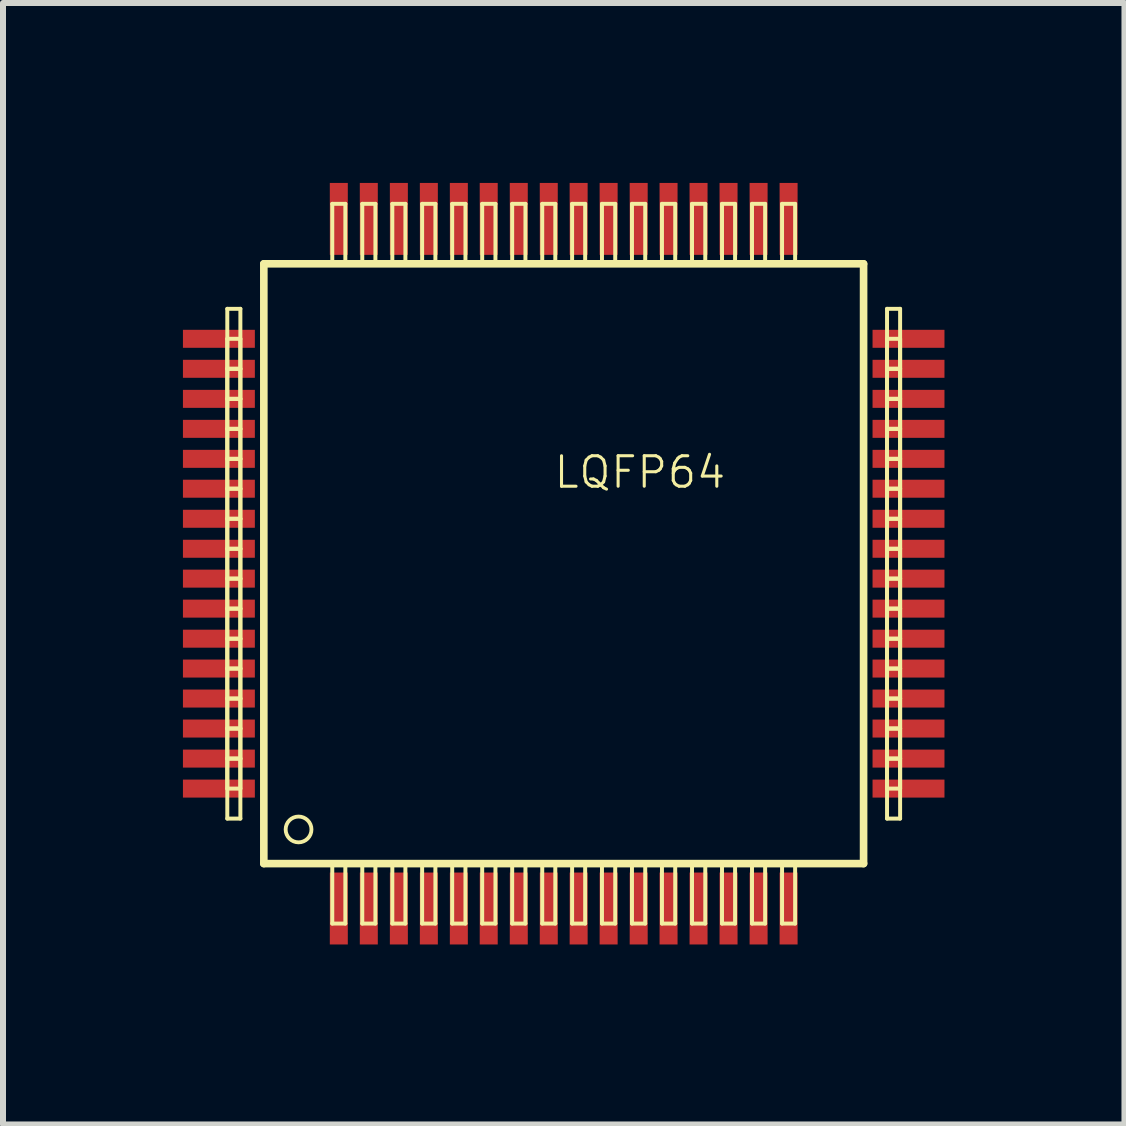
<source format=kicad_pcb>
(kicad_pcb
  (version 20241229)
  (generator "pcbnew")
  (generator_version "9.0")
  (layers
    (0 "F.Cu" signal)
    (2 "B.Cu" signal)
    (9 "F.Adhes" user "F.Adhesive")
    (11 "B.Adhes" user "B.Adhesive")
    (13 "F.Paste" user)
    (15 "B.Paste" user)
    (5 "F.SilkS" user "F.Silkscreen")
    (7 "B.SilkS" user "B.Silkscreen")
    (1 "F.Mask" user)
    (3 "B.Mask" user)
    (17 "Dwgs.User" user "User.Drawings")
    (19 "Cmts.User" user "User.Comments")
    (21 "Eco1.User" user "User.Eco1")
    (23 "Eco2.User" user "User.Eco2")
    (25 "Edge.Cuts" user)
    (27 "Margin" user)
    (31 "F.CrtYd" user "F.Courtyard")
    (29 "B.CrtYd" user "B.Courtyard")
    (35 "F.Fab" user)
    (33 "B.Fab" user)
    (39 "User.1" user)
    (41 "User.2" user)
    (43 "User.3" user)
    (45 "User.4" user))
  (footprint "LQFP64"
    (layer "F.Cu")
    (at 6.347 6.347)
    (property "Reference" "LQFP64" (at 1.27 -1.524 0) (layer "F.SilkS") (effects (font (size 0.508 0.508) (thickness 0.051))))
    (attr smd)
    (fp_line (start -5.608 -4.249) (end -5.39 -4.249) (stroke (width 0.066) (type solid)) (layer "F.SilkS"))
    (fp_line (start -5.608 -3.749) (end -5.39 -3.749) (stroke (width 0.066) (type solid)) (layer "F.SilkS"))
    (fp_line (start -5.608 -3.249) (end -5.608 -4.249) (stroke (width 0.066) (type solid)) (layer "F.SilkS"))
    (fp_line (start -5.608 -3.249) (end -5.39 -3.249) (stroke (width 0.066) (type solid)) (layer "F.SilkS"))
    (fp_line (start -5.608 -3.249) (end -5.39 -3.249) (stroke (width 0.066) (type solid)) (layer "F.SilkS"))
    (fp_line (start -5.608 -2.748) (end -5.608 -3.749) (stroke (width 0.066) (type solid)) (layer "F.SilkS"))
    (fp_line (start -5.608 -2.748) (end -5.39 -2.748) (stroke (width 0.066) (type solid)) (layer "F.SilkS"))
    (fp_line (start -5.608 -2.748) (end -5.39 -2.748) (stroke (width 0.066) (type solid)) (layer "F.SilkS"))
    (fp_line (start -5.608 -2.248) (end -5.608 -3.249) (stroke (width 0.066) (type solid)) (layer "F.SilkS"))
    (fp_line (start -5.608 -2.248) (end -5.39 -2.248) (stroke (width 0.066) (type solid)) (layer "F.SilkS"))
    (fp_line (start -5.608 -2.248) (end -5.39 -2.248) (stroke (width 0.066) (type solid)) (layer "F.SilkS"))
    (fp_line (start -5.608 -1.748) (end -5.608 -2.748) (stroke (width 0.066) (type solid)) (layer "F.SilkS"))
    (fp_line (start -5.608 -1.748) (end -5.39 -1.748) (stroke (width 0.066) (type solid)) (layer "F.SilkS"))
    (fp_line (start -5.608 -1.748) (end -5.39 -1.748) (stroke (width 0.066) (type solid)) (layer "F.SilkS"))
    (fp_line (start -5.608 -1.25) (end -5.608 -2.248) (stroke (width 0.066) (type solid)) (layer "F.SilkS"))
    (fp_line (start -5.608 -1.25) (end -5.39 -1.25) (stroke (width 0.066) (type solid)) (layer "F.SilkS"))
    (fp_line (start -5.608 -1.25) (end -5.39 -1.25) (stroke (width 0.066) (type solid)) (layer "F.SilkS"))
    (fp_line (start -5.608 -0.749) (end -5.608 -1.748) (stroke (width 0.066) (type solid)) (layer "F.SilkS"))
    (fp_line (start -5.608 -0.749) (end -5.39 -0.749) (stroke (width 0.066) (type solid)) (layer "F.SilkS"))
    (fp_line (start -5.608 -0.749) (end -5.39 -0.749) (stroke (width 0.066) (type solid)) (layer "F.SilkS"))
    (fp_line (start -5.608 -0.249) (end -5.608 -1.25) (stroke (width 0.066) (type solid)) (layer "F.SilkS"))
    (fp_line (start -5.608 -0.249) (end -5.39 -0.249) (stroke (width 0.066) (type solid)) (layer "F.SilkS"))
    (fp_line (start -5.608 -0.249) (end -5.39 -0.249) (stroke (width 0.066) (type solid)) (layer "F.SilkS"))
    (fp_line (start -5.608 0.249) (end -5.608 -0.749) (stroke (width 0.066) (type solid)) (layer "F.SilkS"))
    (fp_line (start -5.608 0.249) (end -5.39 0.249) (stroke (width 0.066) (type solid)) (layer "F.SilkS"))
    (fp_line (start -5.608 0.249) (end -5.39 0.249) (stroke (width 0.066) (type solid)) (layer "F.SilkS"))
    (fp_line (start -5.608 0.749) (end -5.608 -0.249) (stroke (width 0.066) (type solid)) (layer "F.SilkS"))
    (fp_line (start -5.608 0.749) (end -5.39 0.749) (stroke (width 0.066) (type solid)) (layer "F.SilkS"))
    (fp_line (start -5.608 0.749) (end -5.39 0.749) (stroke (width 0.066) (type solid)) (layer "F.SilkS"))
    (fp_line (start -5.608 1.25) (end -5.608 0.249) (stroke (width 0.066) (type solid)) (layer "F.SilkS"))
    (fp_line (start -5.608 1.25) (end -5.39 1.25) (stroke (width 0.066) (type solid)) (layer "F.SilkS"))
    (fp_line (start -5.608 1.25) (end -5.39 1.25) (stroke (width 0.066) (type solid)) (layer "F.SilkS"))
    (fp_line (start -5.608 1.748) (end -5.608 0.749) (stroke (width 0.066) (type solid)) (layer "F.SilkS"))
    (fp_line (start -5.608 1.748) (end -5.39 1.748) (stroke (width 0.066) (type solid)) (layer "F.SilkS"))
    (fp_line (start -5.608 1.748) (end -5.39 1.748) (stroke (width 0.066) (type solid)) (layer "F.SilkS"))
    (fp_line (start -5.608 2.248) (end -5.608 1.25) (stroke (width 0.066) (type solid)) (layer "F.SilkS"))
    (fp_line (start -5.608 2.248) (end -5.39 2.248) (stroke (width 0.066) (type solid)) (layer "F.SilkS"))
    (fp_line (start -5.608 2.248) (end -5.39 2.248) (stroke (width 0.066) (type solid)) (layer "F.SilkS"))
    (fp_line (start -5.608 2.748) (end -5.608 1.748) (stroke (width 0.066) (type solid)) (layer "F.SilkS"))
    (fp_line (start -5.608 2.748) (end -5.39 2.748) (stroke (width 0.066) (type solid)) (layer "F.SilkS"))
    (fp_line (start -5.608 2.748) (end -5.39 2.748) (stroke (width 0.066) (type solid)) (layer "F.SilkS"))
    (fp_line (start -5.608 3.249) (end -5.608 2.248) (stroke (width 0.066) (type solid)) (layer "F.SilkS"))
    (fp_line (start -5.608 3.249) (end -5.39 3.249) (stroke (width 0.066) (type solid)) (layer "F.SilkS"))
    (fp_line (start -5.608 3.249) (end -5.39 3.249) (stroke (width 0.066) (type solid)) (layer "F.SilkS"))
    (fp_line (start -5.608 3.749) (end -5.608 2.748) (stroke (width 0.066) (type solid)) (layer "F.SilkS"))
    (fp_line (start -5.608 3.749) (end -5.39 3.749) (stroke (width 0.066) (type solid)) (layer "F.SilkS"))
    (fp_line (start -5.608 4.249) (end -5.608 3.249) (stroke (width 0.066) (type solid)) (layer "F.SilkS"))
    (fp_line (start -5.608 4.249) (end -5.39 4.249) (stroke (width 0.066) (type solid)) (layer "F.SilkS"))
    (fp_line (start -5.39 -3.249) (end -5.39 -4.249) (stroke (width 0.066) (type solid)) (layer "F.SilkS"))
    (fp_line (start -5.39 -2.748) (end -5.39 -3.749) (stroke (width 0.066) (type solid)) (layer "F.SilkS"))
    (fp_line (start -5.39 -2.248) (end -5.39 -3.249) (stroke (width 0.066) (type solid)) (layer "F.SilkS"))
    (fp_line (start -5.39 -1.748) (end -5.39 -2.748) (stroke (width 0.066) (type solid)) (layer "F.SilkS"))
    (fp_line (start -5.39 -1.25) (end -5.39 -2.248) (stroke (width 0.066) (type solid)) (layer "F.SilkS"))
    (fp_line (start -5.39 -0.749) (end -5.39 -1.748) (stroke (width 0.066) (type solid)) (layer "F.SilkS"))
    (fp_line (start -5.39 -0.249) (end -5.39 -1.25) (stroke (width 0.066) (type solid)) (layer "F.SilkS"))
    (fp_line (start -5.39 0.249) (end -5.39 -0.749) (stroke (width 0.066) (type solid)) (layer "F.SilkS"))
    (fp_line (start -5.39 0.749) (end -5.39 -0.249) (stroke (width 0.066) (type solid)) (layer "F.SilkS"))
    (fp_line (start -5.39 1.25) (end -5.39 0.249) (stroke (width 0.066) (type solid)) (layer "F.SilkS"))
    (fp_line (start -5.39 1.748) (end -5.39 0.749) (stroke (width 0.066) (type solid)) (layer "F.SilkS"))
    (fp_line (start -5.39 2.248) (end -5.39 1.25) (stroke (width 0.066) (type solid)) (layer "F.SilkS"))
    (fp_line (start -5.39 2.748) (end -5.39 1.748) (stroke (width 0.066) (type solid)) (layer "F.SilkS"))
    (fp_line (start -5.39 3.249) (end -5.39 2.248) (stroke (width 0.066) (type solid)) (layer "F.SilkS"))
    (fp_line (start -5.39 3.749) (end -5.39 2.748) (stroke (width 0.066) (type solid)) (layer "F.SilkS"))
    (fp_line (start -5.39 4.249) (end -5.39 3.249) (stroke (width 0.066) (type solid)) (layer "F.SilkS"))
    (fp_line (start -4.999 -4.999) (end 4.999 -4.999) (stroke (width 0.127) (type solid)) (layer "F.SilkS"))
    (fp_line (start -4.999 4.999) (end -4.999 -4.999) (stroke (width 0.127) (type solid)) (layer "F.SilkS"))
    (fp_line (start -3.858 -5.999) (end -3.64 -5.999) (stroke (width 0.066) (type solid)) (layer "F.SilkS"))
    (fp_line (start -3.858 -4.999) (end -3.858 -5.999) (stroke (width 0.066) (type solid)) (layer "F.SilkS"))
    (fp_line (start -3.858 -4.999) (end -3.64 -4.999) (stroke (width 0.066) (type solid)) (layer "F.SilkS"))
    (fp_line (start -3.858 4.999) (end -3.64 4.999) (stroke (width 0.066) (type solid)) (layer "F.SilkS"))
    (fp_line (start -3.858 5.999) (end -3.858 4.999) (stroke (width 0.066) (type solid)) (layer "F.SilkS"))
    (fp_line (start -3.858 5.999) (end -3.64 5.999) (stroke (width 0.066) (type solid)) (layer "F.SilkS"))
    (fp_line (start -3.64 -4.999) (end -3.64 -5.999) (stroke (width 0.066) (type solid)) (layer "F.SilkS"))
    (fp_line (start -3.64 5.999) (end -3.64 4.999) (stroke (width 0.066) (type solid)) (layer "F.SilkS"))
    (fp_line (start -3.358 -5.999) (end -3.139 -5.999) (stroke (width 0.066) (type solid)) (layer "F.SilkS"))
    (fp_line (start -3.358 -4.999) (end -3.358 -5.999) (stroke (width 0.066) (type solid)) (layer "F.SilkS"))
    (fp_line (start -3.358 -4.999) (end -3.139 -4.999) (stroke (width 0.066) (type solid)) (layer "F.SilkS"))
    (fp_line (start -3.358 4.999) (end -3.139 4.999) (stroke (width 0.066) (type solid)) (layer "F.SilkS"))
    (fp_line (start -3.358 5.999) (end -3.358 4.999) (stroke (width 0.066) (type solid)) (layer "F.SilkS"))
    (fp_line (start -3.358 5.999) (end -3.139 5.999) (stroke (width 0.066) (type solid)) (layer "F.SilkS"))
    (fp_line (start -3.139 -4.999) (end -3.139 -5.999) (stroke (width 0.066) (type solid)) (layer "F.SilkS"))
    (fp_line (start -3.139 5.999) (end -3.139 4.999) (stroke (width 0.066) (type solid)) (layer "F.SilkS"))
    (fp_line (start -2.857 -5.999) (end -2.639 -5.999) (stroke (width 0.066) (type solid)) (layer "F.SilkS"))
    (fp_line (start -2.857 -4.999) (end -2.857 -5.999) (stroke (width 0.066) (type solid)) (layer "F.SilkS"))
    (fp_line (start -2.857 -4.999) (end -2.639 -4.999) (stroke (width 0.066) (type solid)) (layer "F.SilkS"))
    (fp_line (start -2.857 4.999) (end -2.639 4.999) (stroke (width 0.066) (type solid)) (layer "F.SilkS"))
    (fp_line (start -2.857 5.999) (end -2.857 4.999) (stroke (width 0.066) (type solid)) (layer "F.SilkS"))
    (fp_line (start -2.857 5.999) (end -2.639 5.999) (stroke (width 0.066) (type solid)) (layer "F.SilkS"))
    (fp_line (start -2.639 -4.999) (end -2.639 -5.999) (stroke (width 0.066) (type solid)) (layer "F.SilkS"))
    (fp_line (start -2.639 5.999) (end -2.639 4.999) (stroke (width 0.066) (type solid)) (layer "F.SilkS"))
    (fp_line (start -2.36 -5.999) (end -2.139 -5.999) (stroke (width 0.066) (type solid)) (layer "F.SilkS"))
    (fp_line (start -2.36 -4.999) (end -2.36 -5.999) (stroke (width 0.066) (type solid)) (layer "F.SilkS"))
    (fp_line (start -2.36 -4.999) (end -2.139 -4.999) (stroke (width 0.066) (type solid)) (layer "F.SilkS"))
    (fp_line (start -2.36 4.999) (end -2.139 4.999) (stroke (width 0.066) (type solid)) (layer "F.SilkS"))
    (fp_line (start -2.36 5.999) (end -2.36 4.999) (stroke (width 0.066) (type solid)) (layer "F.SilkS"))
    (fp_line (start -2.36 5.999) (end -2.139 5.999) (stroke (width 0.066) (type solid)) (layer "F.SilkS"))
    (fp_line (start -2.139 -4.999) (end -2.139 -5.999) (stroke (width 0.066) (type solid)) (layer "F.SilkS"))
    (fp_line (start -2.139 5.999) (end -2.139 4.999) (stroke (width 0.066) (type solid)) (layer "F.SilkS"))
    (fp_line (start -1.859 -5.999) (end -1.638 -5.999) (stroke (width 0.066) (type solid)) (layer "F.SilkS"))
    (fp_line (start -1.859 -4.999) (end -1.859 -5.999) (stroke (width 0.066) (type solid)) (layer "F.SilkS"))
    (fp_line (start -1.859 -4.999) (end -1.638 -4.999) (stroke (width 0.066) (type solid)) (layer "F.SilkS"))
    (fp_line (start -1.859 4.999) (end -1.638 4.999) (stroke (width 0.066) (type solid)) (layer "F.SilkS"))
    (fp_line (start -1.859 5.999) (end -1.859 4.999) (stroke (width 0.066) (type solid)) (layer "F.SilkS"))
    (fp_line (start -1.859 5.999) (end -1.638 5.999) (stroke (width 0.066) (type solid)) (layer "F.SilkS"))
    (fp_line (start -1.638 -4.999) (end -1.638 -5.999) (stroke (width 0.066) (type solid)) (layer "F.SilkS"))
    (fp_line (start -1.638 5.999) (end -1.638 4.999) (stroke (width 0.066) (type solid)) (layer "F.SilkS"))
    (fp_line (start -1.359 -5.999) (end -1.138 -5.999) (stroke (width 0.066) (type solid)) (layer "F.SilkS"))
    (fp_line (start -1.359 -4.999) (end -1.359 -5.999) (stroke (width 0.066) (type solid)) (layer "F.SilkS"))
    (fp_line (start -1.359 -4.999) (end -1.138 -4.999) (stroke (width 0.066) (type solid)) (layer "F.SilkS"))
    (fp_line (start -1.359 4.999) (end -1.138 4.999) (stroke (width 0.066) (type solid)) (layer "F.SilkS"))
    (fp_line (start -1.359 5.999) (end -1.359 4.999) (stroke (width 0.066) (type solid)) (layer "F.SilkS"))
    (fp_line (start -1.359 5.999) (end -1.138 5.999) (stroke (width 0.066) (type solid)) (layer "F.SilkS"))
    (fp_line (start -1.138 -4.999) (end -1.138 -5.999) (stroke (width 0.066) (type solid)) (layer "F.SilkS"))
    (fp_line (start -1.138 5.999) (end -1.138 4.999) (stroke (width 0.066) (type solid)) (layer "F.SilkS"))
    (fp_line (start -0.859 -5.999) (end -0.638 -5.999) (stroke (width 0.066) (type solid)) (layer "F.SilkS"))
    (fp_line (start -0.859 -4.999) (end -0.859 -5.999) (stroke (width 0.066) (type solid)) (layer "F.SilkS"))
    (fp_line (start -0.859 -4.999) (end -0.638 -4.999) (stroke (width 0.066) (type solid)) (layer "F.SilkS"))
    (fp_line (start -0.859 4.999) (end -0.638 4.999) (stroke (width 0.066) (type solid)) (layer "F.SilkS"))
    (fp_line (start -0.859 5.999) (end -0.859 4.999) (stroke (width 0.066) (type solid)) (layer "F.SilkS"))
    (fp_line (start -0.859 5.999) (end -0.638 5.999) (stroke (width 0.066) (type solid)) (layer "F.SilkS"))
    (fp_line (start -0.638 -4.999) (end -0.638 -5.999) (stroke (width 0.066) (type solid)) (layer "F.SilkS"))
    (fp_line (start -0.638 5.999) (end -0.638 4.999) (stroke (width 0.066) (type solid)) (layer "F.SilkS"))
    (fp_line (start -0.358 -5.999) (end -0.14 -5.999) (stroke (width 0.066) (type solid)) (layer "F.SilkS"))
    (fp_line (start -0.358 -4.999) (end -0.358 -5.999) (stroke (width 0.066) (type solid)) (layer "F.SilkS"))
    (fp_line (start -0.358 -4.999) (end -0.14 -4.999) (stroke (width 0.066) (type solid)) (layer "F.SilkS"))
    (fp_line (start -0.358 4.999) (end -0.14 4.999) (stroke (width 0.066) (type solid)) (layer "F.SilkS"))
    (fp_line (start -0.358 5.999) (end -0.358 4.999) (stroke (width 0.066) (type solid)) (layer "F.SilkS"))
    (fp_line (start -0.358 5.999) (end -0.14 5.999) (stroke (width 0.066) (type solid)) (layer "F.SilkS"))
    (fp_line (start -0.14 -4.999) (end -0.14 -5.999) (stroke (width 0.066) (type solid)) (layer "F.SilkS"))
    (fp_line (start -0.14 5.999) (end -0.14 4.999) (stroke (width 0.066) (type solid)) (layer "F.SilkS"))
    (fp_line (start 0.14 -5.999) (end 0.358 -5.999) (stroke (width 0.066) (type solid)) (layer "F.SilkS"))
    (fp_line (start 0.14 -4.999) (end 0.14 -5.999) (stroke (width 0.066) (type solid)) (layer "F.SilkS"))
    (fp_line (start 0.14 -4.999) (end 0.358 -4.999) (stroke (width 0.066) (type solid)) (layer "F.SilkS"))
    (fp_line (start 0.14 4.999) (end 0.358 4.999) (stroke (width 0.066) (type solid)) (layer "F.SilkS"))
    (fp_line (start 0.14 5.999) (end 0.14 4.999) (stroke (width 0.066) (type solid)) (layer "F.SilkS"))
    (fp_line (start 0.14 5.999) (end 0.358 5.999) (stroke (width 0.066) (type solid)) (layer "F.SilkS"))
    (fp_line (start 0.358 -4.999) (end 0.358 -5.999) (stroke (width 0.066) (type solid)) (layer "F.SilkS"))
    (fp_line (start 0.358 5.999) (end 0.358 4.999) (stroke (width 0.066) (type solid)) (layer "F.SilkS"))
    (fp_line (start 0.638 -5.999) (end 0.859 -5.999) (stroke (width 0.066) (type solid)) (layer "F.SilkS"))
    (fp_line (start 0.638 -4.999) (end 0.638 -5.999) (stroke (width 0.066) (type solid)) (layer "F.SilkS"))
    (fp_line (start 0.638 -4.999) (end 0.859 -4.999) (stroke (width 0.066) (type solid)) (layer "F.SilkS"))
    (fp_line (start 0.638 4.999) (end 0.859 4.999) (stroke (width 0.066) (type solid)) (layer "F.SilkS"))
    (fp_line (start 0.638 5.999) (end 0.638 4.999) (stroke (width 0.066) (type solid)) (layer "F.SilkS"))
    (fp_line (start 0.638 5.999) (end 0.859 5.999) (stroke (width 0.066) (type solid)) (layer "F.SilkS"))
    (fp_line (start 0.859 -4.999) (end 0.859 -5.999) (stroke (width 0.066) (type solid)) (layer "F.SilkS"))
    (fp_line (start 0.859 5.999) (end 0.859 4.999) (stroke (width 0.066) (type solid)) (layer "F.SilkS"))
    (fp_line (start 1.138 -5.999) (end 1.359 -5.999) (stroke (width 0.066) (type solid)) (layer "F.SilkS"))
    (fp_line (start 1.138 -4.999) (end 1.138 -5.999) (stroke (width 0.066) (type solid)) (layer "F.SilkS"))
    (fp_line (start 1.138 -4.999) (end 1.359 -4.999) (stroke (width 0.066) (type solid)) (layer "F.SilkS"))
    (fp_line (start 1.138 4.999) (end 1.359 4.999) (stroke (width 0.066) (type solid)) (layer "F.SilkS"))
    (fp_line (start 1.138 5.999) (end 1.138 4.999) (stroke (width 0.066) (type solid)) (layer "F.SilkS"))
    (fp_line (start 1.138 5.999) (end 1.359 5.999) (stroke (width 0.066) (type solid)) (layer "F.SilkS"))
    (fp_line (start 1.359 -4.999) (end 1.359 -5.999) (stroke (width 0.066) (type solid)) (layer "F.SilkS"))
    (fp_line (start 1.359 5.999) (end 1.359 4.999) (stroke (width 0.066) (type solid)) (layer "F.SilkS"))
    (fp_line (start 1.638 -5.999) (end 1.859 -5.999) (stroke (width 0.066) (type solid)) (layer "F.SilkS"))
    (fp_line (start 1.638 -4.999) (end 1.638 -5.999) (stroke (width 0.066) (type solid)) (layer "F.SilkS"))
    (fp_line (start 1.638 -4.999) (end 1.859 -4.999) (stroke (width 0.066) (type solid)) (layer "F.SilkS"))
    (fp_line (start 1.638 4.999) (end 1.859 4.999) (stroke (width 0.066) (type solid)) (layer "F.SilkS"))
    (fp_line (start 1.638 5.999) (end 1.638 4.999) (stroke (width 0.066) (type solid)) (layer "F.SilkS"))
    (fp_line (start 1.638 5.999) (end 1.859 5.999) (stroke (width 0.066) (type solid)) (layer "F.SilkS"))
    (fp_line (start 1.859 -4.999) (end 1.859 -5.999) (stroke (width 0.066) (type solid)) (layer "F.SilkS"))
    (fp_line (start 1.859 5.999) (end 1.859 4.999) (stroke (width 0.066) (type solid)) (layer "F.SilkS"))
    (fp_line (start 2.139 -5.999) (end 2.36 -5.999) (stroke (width 0.066) (type solid)) (layer "F.SilkS"))
    (fp_line (start 2.139 -4.999) (end 2.139 -5.999) (stroke (width 0.066) (type solid)) (layer "F.SilkS"))
    (fp_line (start 2.139 -4.999) (end 2.36 -4.999) (stroke (width 0.066) (type solid)) (layer "F.SilkS"))
    (fp_line (start 2.139 4.999) (end 2.36 4.999) (stroke (width 0.066) (type solid)) (layer "F.SilkS"))
    (fp_line (start 2.139 5.999) (end 2.139 4.999) (stroke (width 0.066) (type solid)) (layer "F.SilkS"))
    (fp_line (start 2.139 5.999) (end 2.36 5.999) (stroke (width 0.066) (type solid)) (layer "F.SilkS"))
    (fp_line (start 2.36 -4.999) (end 2.36 -5.999) (stroke (width 0.066) (type solid)) (layer "F.SilkS"))
    (fp_line (start 2.36 5.999) (end 2.36 4.999) (stroke (width 0.066) (type solid)) (layer "F.SilkS"))
    (fp_line (start 2.639 -5.999) (end 2.857 -5.999) (stroke (width 0.066) (type solid)) (layer "F.SilkS"))
    (fp_line (start 2.639 -4.999) (end 2.639 -5.999) (stroke (width 0.066) (type solid)) (layer "F.SilkS"))
    (fp_line (start 2.639 -4.999) (end 2.857 -4.999) (stroke (width 0.066) (type solid)) (layer "F.SilkS"))
    (fp_line (start 2.639 4.999) (end 2.857 4.999) (stroke (width 0.066) (type solid)) (layer "F.SilkS"))
    (fp_line (start 2.639 5.999) (end 2.639 4.999) (stroke (width 0.066) (type solid)) (layer "F.SilkS"))
    (fp_line (start 2.639 5.999) (end 2.857 5.999) (stroke (width 0.066) (type solid)) (layer "F.SilkS"))
    (fp_line (start 2.857 -4.999) (end 2.857 -5.999) (stroke (width 0.066) (type solid)) (layer "F.SilkS"))
    (fp_line (start 2.857 5.999) (end 2.857 4.999) (stroke (width 0.066) (type solid)) (layer "F.SilkS"))
    (fp_line (start 3.139 -5.999) (end 3.358 -5.999) (stroke (width 0.066) (type solid)) (layer "F.SilkS"))
    (fp_line (start 3.139 -4.999) (end 3.139 -5.999) (stroke (width 0.066) (type solid)) (layer "F.SilkS"))
    (fp_line (start 3.139 -4.999) (end 3.358 -4.999) (stroke (width 0.066) (type solid)) (layer "F.SilkS"))
    (fp_line (start 3.139 4.999) (end 3.358 4.999) (stroke (width 0.066) (type solid)) (layer "F.SilkS"))
    (fp_line (start 3.139 5.999) (end 3.139 4.999) (stroke (width 0.066) (type solid)) (layer "F.SilkS"))
    (fp_line (start 3.139 5.999) (end 3.358 5.999) (stroke (width 0.066) (type solid)) (layer "F.SilkS"))
    (fp_line (start 3.358 -4.999) (end 3.358 -5.999) (stroke (width 0.066) (type solid)) (layer "F.SilkS"))
    (fp_line (start 3.358 5.999) (end 3.358 4.999) (stroke (width 0.066) (type solid)) (layer "F.SilkS"))
    (fp_line (start 3.64 -5.999) (end 3.858 -5.999) (stroke (width 0.066) (type solid)) (layer "F.SilkS"))
    (fp_line (start 3.64 -4.999) (end 3.64 -5.999) (stroke (width 0.066) (type solid)) (layer "F.SilkS"))
    (fp_line (start 3.64 -4.999) (end 3.858 -4.999) (stroke (width 0.066) (type solid)) (layer "F.SilkS"))
    (fp_line (start 3.64 4.999) (end 3.858 4.999) (stroke (width 0.066) (type solid)) (layer "F.SilkS"))
    (fp_line (start 3.64 5.999) (end 3.64 4.999) (stroke (width 0.066) (type solid)) (layer "F.SilkS"))
    (fp_line (start 3.64 5.999) (end 3.858 5.999) (stroke (width 0.066) (type solid)) (layer "F.SilkS"))
    (fp_line (start 3.858 -4.999) (end 3.858 -5.999) (stroke (width 0.066) (type solid)) (layer "F.SilkS"))
    (fp_line (start 3.858 5.999) (end 3.858 4.999) (stroke (width 0.066) (type solid)) (layer "F.SilkS"))
    (fp_line (start 4.999 -4.999) (end 4.999 4.999) (stroke (width 0.127) (type solid)) (layer "F.SilkS"))
    (fp_line (start 4.999 4.999) (end -4.999 4.999) (stroke (width 0.127) (type solid)) (layer "F.SilkS"))
    (fp_line (start 5.39 -4.249) (end 5.608 -4.249) (stroke (width 0.066) (type solid)) (layer "F.SilkS"))
    (fp_line (start 5.39 -3.749) (end 5.608 -3.749) (stroke (width 0.066) (type solid)) (layer "F.SilkS"))
    (fp_line (start 5.39 -3.249) (end 5.39 -4.249) (stroke (width 0.066) (type solid)) (layer "F.SilkS"))
    (fp_line (start 5.39 -3.249) (end 5.608 -3.249) (stroke (width 0.066) (type solid)) (layer "F.SilkS"))
    (fp_line (start 5.39 -3.249) (end 5.608 -3.249) (stroke (width 0.066) (type solid)) (layer "F.SilkS"))
    (fp_line (start 5.39 -2.748) (end 5.39 -3.749) (stroke (width 0.066) (type solid)) (layer "F.SilkS"))
    (fp_line (start 5.39 -2.748) (end 5.608 -2.748) (stroke (width 0.066) (type solid)) (layer "F.SilkS"))
    (fp_line (start 5.39 -2.748) (end 5.608 -2.748) (stroke (width 0.066) (type solid)) (layer "F.SilkS"))
    (fp_line (start 5.39 -2.248) (end 5.39 -3.249) (stroke (width 0.066) (type solid)) (layer "F.SilkS"))
    (fp_line (start 5.39 -2.248) (end 5.608 -2.248) (stroke (width 0.066) (type solid)) (layer "F.SilkS"))
    (fp_line (start 5.39 -2.248) (end 5.608 -2.248) (stroke (width 0.066) (type solid)) (layer "F.SilkS"))
    (fp_line (start 5.39 -1.748) (end 5.39 -2.748) (stroke (width 0.066) (type solid)) (layer "F.SilkS"))
    (fp_line (start 5.39 -1.748) (end 5.608 -1.748) (stroke (width 0.066) (type solid)) (layer "F.SilkS"))
    (fp_line (start 5.39 -1.748) (end 5.608 -1.748) (stroke (width 0.066) (type solid)) (layer "F.SilkS"))
    (fp_line (start 5.39 -1.25) (end 5.39 -2.248) (stroke (width 0.066) (type solid)) (layer "F.SilkS"))
    (fp_line (start 5.39 -1.25) (end 5.608 -1.25) (stroke (width 0.066) (type solid)) (layer "F.SilkS"))
    (fp_line (start 5.39 -1.25) (end 5.608 -1.25) (stroke (width 0.066) (type solid)) (layer "F.SilkS"))
    (fp_line (start 5.39 -0.749) (end 5.39 -1.748) (stroke (width 0.066) (type solid)) (layer "F.SilkS"))
    (fp_line (start 5.39 -0.749) (end 5.608 -0.749) (stroke (width 0.066) (type solid)) (layer "F.SilkS"))
    (fp_line (start 5.39 -0.749) (end 5.608 -0.749) (stroke (width 0.066) (type solid)) (layer "F.SilkS"))
    (fp_line (start 5.39 -0.249) (end 5.39 -1.25) (stroke (width 0.066) (type solid)) (layer "F.SilkS"))
    (fp_line (start 5.39 -0.249) (end 5.608 -0.249) (stroke (width 0.066) (type solid)) (layer "F.SilkS"))
    (fp_line (start 5.39 -0.249) (end 5.608 -0.249) (stroke (width 0.066) (type solid)) (layer "F.SilkS"))
    (fp_line (start 5.39 0.249) (end 5.39 -0.749) (stroke (width 0.066) (type solid)) (layer "F.SilkS"))
    (fp_line (start 5.39 0.249) (end 5.608 0.249) (stroke (width 0.066) (type solid)) (layer "F.SilkS"))
    (fp_line (start 5.39 0.249) (end 5.608 0.249) (stroke (width 0.066) (type solid)) (layer "F.SilkS"))
    (fp_line (start 5.39 0.749) (end 5.39 -0.249) (stroke (width 0.066) (type solid)) (layer "F.SilkS"))
    (fp_line (start 5.39 0.749) (end 5.608 0.749) (stroke (width 0.066) (type solid)) (layer "F.SilkS"))
    (fp_line (start 5.39 0.749) (end 5.608 0.749) (stroke (width 0.066) (type solid)) (layer "F.SilkS"))
    (fp_line (start 5.39 1.25) (end 5.39 0.249) (stroke (width 0.066) (type solid)) (layer "F.SilkS"))
    (fp_line (start 5.39 1.25) (end 5.608 1.25) (stroke (width 0.066) (type solid)) (layer "F.SilkS"))
    (fp_line (start 5.39 1.25) (end 5.608 1.25) (stroke (width 0.066) (type solid)) (layer "F.SilkS"))
    (fp_line (start 5.39 1.748) (end 5.39 0.749) (stroke (width 0.066) (type solid)) (layer "F.SilkS"))
    (fp_line (start 5.39 1.748) (end 5.608 1.748) (stroke (width 0.066) (type solid)) (layer "F.SilkS"))
    (fp_line (start 5.39 1.748) (end 5.608 1.748) (stroke (width 0.066) (type solid)) (layer "F.SilkS"))
    (fp_line (start 5.39 2.248) (end 5.39 1.25) (stroke (width 0.066) (type solid)) (layer "F.SilkS"))
    (fp_line (start 5.39 2.248) (end 5.608 2.248) (stroke (width 0.066) (type solid)) (layer "F.SilkS"))
    (fp_line (start 5.39 2.248) (end 5.608 2.248) (stroke (width 0.066) (type solid)) (layer "F.SilkS"))
    (fp_line (start 5.39 2.748) (end 5.39 1.748) (stroke (width 0.066) (type solid)) (layer "F.SilkS"))
    (fp_line (start 5.39 2.748) (end 5.608 2.748) (stroke (width 0.066) (type solid)) (layer "F.SilkS"))
    (fp_line (start 5.39 2.748) (end 5.608 2.748) (stroke (width 0.066) (type solid)) (layer "F.SilkS"))
    (fp_line (start 5.39 3.249) (end 5.39 2.248) (stroke (width 0.066) (type solid)) (layer "F.SilkS"))
    (fp_line (start 5.39 3.249) (end 5.608 3.249) (stroke (width 0.066) (type solid)) (layer "F.SilkS"))
    (fp_line (start 5.39 3.249) (end 5.608 3.249) (stroke (width 0.066) (type solid)) (layer "F.SilkS"))
    (fp_line (start 5.39 3.749) (end 5.39 2.748) (stroke (width 0.066) (type solid)) (layer "F.SilkS"))
    (fp_line (start 5.39 3.749) (end 5.608 3.749) (stroke (width 0.066) (type solid)) (layer "F.SilkS"))
    (fp_line (start 5.39 4.249) (end 5.39 3.249) (stroke (width 0.066) (type solid)) (layer "F.SilkS"))
    (fp_line (start 5.39 4.249) (end 5.608 4.249) (stroke (width 0.066) (type solid)) (layer "F.SilkS"))
    (fp_line (start 5.608 -3.249) (end 5.608 -4.249) (stroke (width 0.066) (type solid)) (layer "F.SilkS"))
    (fp_line (start 5.608 -2.748) (end 5.608 -3.749) (stroke (width 0.066) (type solid)) (layer "F.SilkS"))
    (fp_line (start 5.608 -2.248) (end 5.608 -3.249) (stroke (width 0.066) (type solid)) (layer "F.SilkS"))
    (fp_line (start 5.608 -1.748) (end 5.608 -2.748) (stroke (width 0.066) (type solid)) (layer "F.SilkS"))
    (fp_line (start 5.608 -1.25) (end 5.608 -2.248) (stroke (width 0.066) (type solid)) (layer "F.SilkS"))
    (fp_line (start 5.608 -0.749) (end 5.608 -1.748) (stroke (width 0.066) (type solid)) (layer "F.SilkS"))
    (fp_line (start 5.608 -0.249) (end 5.608 -1.25) (stroke (width 0.066) (type solid)) (layer "F.SilkS"))
    (fp_line (start 5.608 0.249) (end 5.608 -0.749) (stroke (width 0.066) (type solid)) (layer "F.SilkS"))
    (fp_line (start 5.608 0.749) (end 5.608 -0.249) (stroke (width 0.066) (type solid)) (layer "F.SilkS"))
    (fp_line (start 5.608 1.25) (end 5.608 0.249) (stroke (width 0.066) (type solid)) (layer "F.SilkS"))
    (fp_line (start 5.608 1.748) (end 5.608 0.749) (stroke (width 0.066) (type solid)) (layer "F.SilkS"))
    (fp_line (start 5.608 2.248) (end 5.608 1.25) (stroke (width 0.066) (type solid)) (layer "F.SilkS"))
    (fp_line (start 5.608 2.748) (end 5.608 1.748) (stroke (width 0.066) (type solid)) (layer "F.SilkS"))
    (fp_line (start 5.608 3.249) (end 5.608 2.248) (stroke (width 0.066) (type solid)) (layer "F.SilkS"))
    (fp_line (start 5.608 3.749) (end 5.608 2.748) (stroke (width 0.066) (type solid)) (layer "F.SilkS"))
    (fp_line (start 5.608 4.249) (end 5.608 3.249) (stroke (width 0.066) (type solid)) (layer "F.SilkS"))
    (fp_circle (center -4.42 4.43) (end -4.572 4.582) (stroke (width 0.064) (type solid)) (fill no) (layer "F.SilkS"))
    (pad "1" smd rect (at -3.749 5.748 90) (size 1.199 0.3) (layers "F.Cu" "F.Mask" "F.Paste"))
    (pad "2" smd rect (at -3.249 5.748 90) (size 1.199 0.3) (layers "F.Cu" "F.Mask" "F.Paste"))
    (pad "3" smd rect (at -2.748 5.748 90) (size 1.199 0.3) (layers "F.Cu" "F.Mask" "F.Paste"))
    (pad "4" smd rect (at -2.248 5.748 90) (size 1.199 0.3) (layers "F.Cu" "F.Mask" "F.Paste"))
    (pad "5" smd rect (at -1.748 5.748 90) (size 1.199 0.3) (layers "F.Cu" "F.Mask" "F.Paste"))
    (pad "6" smd rect (at -1.25 5.748 90) (size 1.199 0.3) (layers "F.Cu" "F.Mask" "F.Paste"))
    (pad "7" smd rect (at -0.749 5.748 90) (size 1.199 0.3) (layers "F.Cu" "F.Mask" "F.Paste"))
    (pad "8" smd rect (at -0.249 5.748 90) (size 1.199 0.3) (layers "F.Cu" "F.Mask" "F.Paste"))
    (pad "9" smd rect (at 0.249 5.748 90) (size 1.199 0.3) (layers "F.Cu" "F.Mask" "F.Paste"))
    (pad "10" smd rect (at 0.749 5.748 90) (size 1.199 0.3) (layers "F.Cu" "F.Mask" "F.Paste"))
    (pad "11" smd rect (at 1.25 5.748 90) (size 1.199 0.3) (layers "F.Cu" "F.Mask" "F.Paste"))
    (pad "12" smd rect (at 1.748 5.748 90) (size 1.199 0.3) (layers "F.Cu" "F.Mask" "F.Paste"))
    (pad "13" smd rect (at 2.248 5.748 90) (size 1.199 0.3) (layers "F.Cu" "F.Mask" "F.Paste"))
    (pad "14" smd rect (at 2.748 5.748 90) (size 1.199 0.3) (layers "F.Cu" "F.Mask" "F.Paste"))
    (pad "15" smd rect (at 3.249 5.748 90) (size 1.199 0.3) (layers "F.Cu" "F.Mask" "F.Paste"))
    (pad "16" smd rect (at 3.749 5.748 90) (size 1.199 0.3) (layers "F.Cu" "F.Mask" "F.Paste"))
    (pad "17" smd rect (at 5.748 3.749 180) (size 1.199 0.3) (layers "F.Cu" "F.Mask" "F.Paste"))
    (pad "18" smd rect (at 5.748 3.249 180) (size 1.199 0.3) (layers "F.Cu" "F.Mask" "F.Paste"))
    (pad "19" smd rect (at 5.748 2.748 180) (size 1.199 0.3) (layers "F.Cu" "F.Mask" "F.Paste"))
    (pad "20" smd rect (at 5.748 2.248 180) (size 1.199 0.3) (layers "F.Cu" "F.Mask" "F.Paste"))
    (pad "21" smd rect (at 5.748 1.748 180) (size 1.199 0.3) (layers "F.Cu" "F.Mask" "F.Paste"))
    (pad "22" smd rect (at 5.748 1.25 180) (size 1.199 0.3) (layers "F.Cu" "F.Mask" "F.Paste"))
    (pad "23" smd rect (at 5.748 0.749 180) (size 1.199 0.3) (layers "F.Cu" "F.Mask" "F.Paste"))
    (pad "24" smd rect (at 5.748 0.249 180) (size 1.199 0.3) (layers "F.Cu" "F.Mask" "F.Paste"))
    (pad "25" smd rect (at 5.748 -0.249 180) (size 1.199 0.3) (layers "F.Cu" "F.Mask" "F.Paste"))
    (pad "26" smd rect (at 5.748 -0.749 180) (size 1.199 0.3) (layers "F.Cu" "F.Mask" "F.Paste"))
    (pad "27" smd rect (at 5.748 -1.25 180) (size 1.199 0.3) (layers "F.Cu" "F.Mask" "F.Paste"))
    (pad "28" smd rect (at 5.748 -1.748 180) (size 1.199 0.3) (layers "F.Cu" "F.Mask" "F.Paste"))
    (pad "29" smd rect (at 5.748 -2.248 180) (size 1.199 0.3) (layers "F.Cu" "F.Mask" "F.Paste"))
    (pad "30" smd rect (at 5.748 -2.748 180) (size 1.199 0.3) (layers "F.Cu" "F.Mask" "F.Paste"))
    (pad "31" smd rect (at 5.748 -3.249 180) (size 1.199 0.3) (layers "F.Cu" "F.Mask" "F.Paste"))
    (pad "32" smd rect (at 5.748 -3.749 180) (size 1.199 0.3) (layers "F.Cu" "F.Mask" "F.Paste"))
    (pad "33" smd rect (at 3.749 -5.748 270) (size 1.199 0.3) (layers "F.Cu" "F.Mask" "F.Paste"))
    (pad "34" smd rect (at 3.249 -5.748 270) (size 1.199 0.3) (layers "F.Cu" "F.Mask" "F.Paste"))
    (pad "35" smd rect (at 2.748 -5.748 270) (size 1.199 0.3) (layers "F.Cu" "F.Mask" "F.Paste"))
    (pad "36" smd rect (at 2.248 -5.748 270) (size 1.199 0.3) (layers "F.Cu" "F.Mask" "F.Paste"))
    (pad "37" smd rect (at 1.748 -5.748 270) (size 1.199 0.3) (layers "F.Cu" "F.Mask" "F.Paste"))
    (pad "38" smd rect (at 1.25 -5.748 270) (size 1.199 0.3) (layers "F.Cu" "F.Mask" "F.Paste"))
    (pad "39" smd rect (at 0.749 -5.748 270) (size 1.199 0.3) (layers "F.Cu" "F.Mask" "F.Paste"))
    (pad "40" smd rect (at 0.249 -5.748 270) (size 1.199 0.3) (layers "F.Cu" "F.Mask" "F.Paste"))
    (pad "41" smd rect (at -0.249 -5.748 270) (size 1.199 0.3) (layers "F.Cu" "F.Mask" "F.Paste"))
    (pad "42" smd rect (at -0.749 -5.748 270) (size 1.199 0.3) (layers "F.Cu" "F.Mask" "F.Paste"))
    (pad "43" smd rect (at -1.25 -5.748 270) (size 1.199 0.3) (layers "F.Cu" "F.Mask" "F.Paste"))
    (pad "44" smd rect (at -1.748 -5.748 270) (size 1.199 0.3) (layers "F.Cu" "F.Mask" "F.Paste"))
    (pad "45" smd rect (at -2.248 -5.748 270) (size 1.199 0.3) (layers "F.Cu" "F.Mask" "F.Paste"))
    (pad "46" smd rect (at -2.748 -5.748 270) (size 1.199 0.3) (layers "F.Cu" "F.Mask" "F.Paste"))
    (pad "47" smd rect (at -3.249 -5.748 270) (size 1.199 0.3) (layers "F.Cu" "F.Mask" "F.Paste"))
    (pad "48" smd rect (at -3.749 -5.748 270) (size 1.199 0.3) (layers "F.Cu" "F.Mask" "F.Paste"))
    (pad "49" smd rect (at -5.748 -3.749) (size 1.199 0.3) (layers "F.Cu" "F.Mask" "F.Paste"))
    (pad "50" smd rect (at -5.748 -3.249) (size 1.199 0.3) (layers "F.Cu" "F.Mask" "F.Paste"))
    (pad "51" smd rect (at -5.748 -2.748) (size 1.199 0.3) (layers "F.Cu" "F.Mask" "F.Paste"))
    (pad "52" smd rect (at -5.748 -2.248) (size 1.199 0.3) (layers "F.Cu" "F.Mask" "F.Paste"))
    (pad "53" smd rect (at -5.748 -1.748) (size 1.199 0.3) (layers "F.Cu" "F.Mask" "F.Paste"))
    (pad "54" smd rect (at -5.748 -1.25) (size 1.199 0.3) (layers "F.Cu" "F.Mask" "F.Paste"))
    (pad "55" smd rect (at -5.748 -0.749) (size 1.199 0.3) (layers "F.Cu" "F.Mask" "F.Paste"))
    (pad "56" smd rect (at -5.748 -0.249) (size 1.199 0.3) (layers "F.Cu" "F.Mask" "F.Paste"))
    (pad "57" smd rect (at -5.748 0.249) (size 1.199 0.3) (layers "F.Cu" "F.Mask" "F.Paste"))
    (pad "58" smd rect (at -5.748 0.749) (size 1.199 0.3) (layers "F.Cu" "F.Mask" "F.Paste"))
    (pad "59" smd rect (at -5.748 1.25) (size 1.199 0.3) (layers "F.Cu" "F.Mask" "F.Paste"))
    (pad "60" smd rect (at -5.748 1.748) (size 1.199 0.3) (layers "F.Cu" "F.Mask" "F.Paste"))
    (pad "61" smd rect (at -5.748 2.248) (size 1.199 0.3) (layers "F.Cu" "F.Mask" "F.Paste"))
    (pad "62" smd rect (at -5.748 2.748) (size 1.199 0.3) (layers "F.Cu" "F.Mask" "F.Paste"))
    (pad "63" smd rect (at -5.748 3.249) (size 1.199 0.3) (layers "F.Cu" "F.Mask" "F.Paste"))
    (pad "64" smd rect (at -5.748 3.749) (size 1.199 0.3) (layers "F.Cu" "F.Mask" "F.Paste")))
  (gr_rect
    (start -3 -3)
    (end 15.695 15.695)
    (stroke (width 0.1) (type default))
    (fill no)
    (layer "Edge.Cuts")))
</source>
